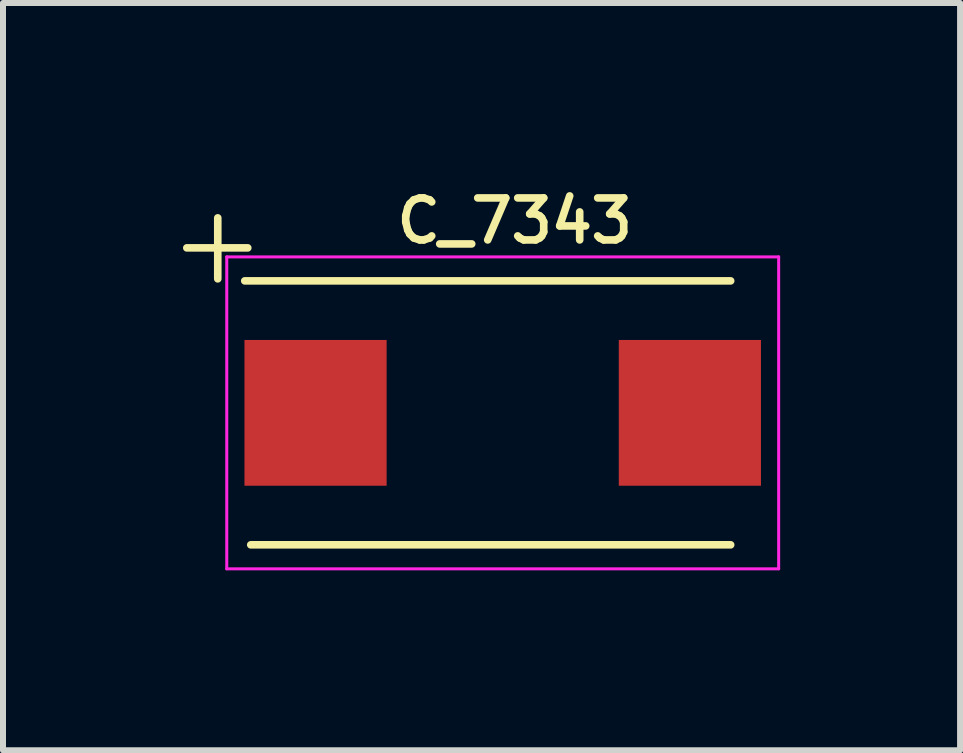
<source format=kicad_pcb>
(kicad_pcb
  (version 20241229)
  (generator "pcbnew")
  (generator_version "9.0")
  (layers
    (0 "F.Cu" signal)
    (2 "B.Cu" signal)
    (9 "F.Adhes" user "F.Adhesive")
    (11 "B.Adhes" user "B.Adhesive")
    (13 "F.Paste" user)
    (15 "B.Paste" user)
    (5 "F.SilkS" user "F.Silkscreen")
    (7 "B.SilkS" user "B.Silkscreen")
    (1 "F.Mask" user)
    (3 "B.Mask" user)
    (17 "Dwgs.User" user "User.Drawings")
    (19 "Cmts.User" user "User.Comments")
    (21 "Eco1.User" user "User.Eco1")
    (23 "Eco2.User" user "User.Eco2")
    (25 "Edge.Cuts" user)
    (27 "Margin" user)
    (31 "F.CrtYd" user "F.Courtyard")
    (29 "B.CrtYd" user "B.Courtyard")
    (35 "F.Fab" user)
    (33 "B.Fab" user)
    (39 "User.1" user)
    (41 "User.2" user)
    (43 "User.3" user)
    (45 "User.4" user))
  (footprint "C_7343"
    (layer "F.Cu")
    (at 5.33 3.832)
    (property "Reference" "C_7343" (at 0.2 -3.2 0) (layer "F.SilkS") (effects (font (size 0.7 0.7) (thickness 0.127))))
    (attr smd)
    (fp_line (start -4.75 -3.25) (end -4.75 -2.234) (stroke (width 0.127) (type solid)) (layer "F.SilkS"))
    (fp_line (start -4.25 -2.75) (end -5.266 -2.75) (stroke (width 0.127) (type solid)) (layer "F.SilkS"))
    (fp_line (start -4.2 2.2) (end 3.8 2.2) (stroke (width 0.127) (type solid)) (layer "F.SilkS"))
    (fp_line (start 3.8 -2.2) (end -4.3 -2.2) (stroke (width 0.127) (type solid)) (layer "F.SilkS"))
    (fp_line (start -4.6 -2.6) (end -4.6 2.6) (stroke (width 0.05) (type solid)) (layer "F.CrtYd"))
    (fp_line (start -4.6 2.6) (end 4.6 2.6) (stroke (width 0.05) (type solid)) (layer "F.CrtYd"))
    (fp_line (start 4.6 -2.6) (end -4.6 -2.6) (stroke (width 0.05) (type solid)) (layer "F.CrtYd"))
    (fp_line (start 4.6 2.6) (end 4.6 -2.6) (stroke (width 0.05) (type solid)) (layer "F.CrtYd"))
    (pad "1" smd rect (at -3.12 0) (size 2.37 2.43) (layers "F.Cu" "F.Mask" "F.Paste"))
    (pad "2" smd rect (at 3.12 0) (size 2.37 2.43) (layers "F.Cu" "F.Mask" "F.Paste")))
  (gr_rect
    (start -3 -3)
    (end 12.954 9.457)
    (stroke (width 0.1) (type default))
    (fill no)
    (layer "Edge.Cuts")))
</source>
